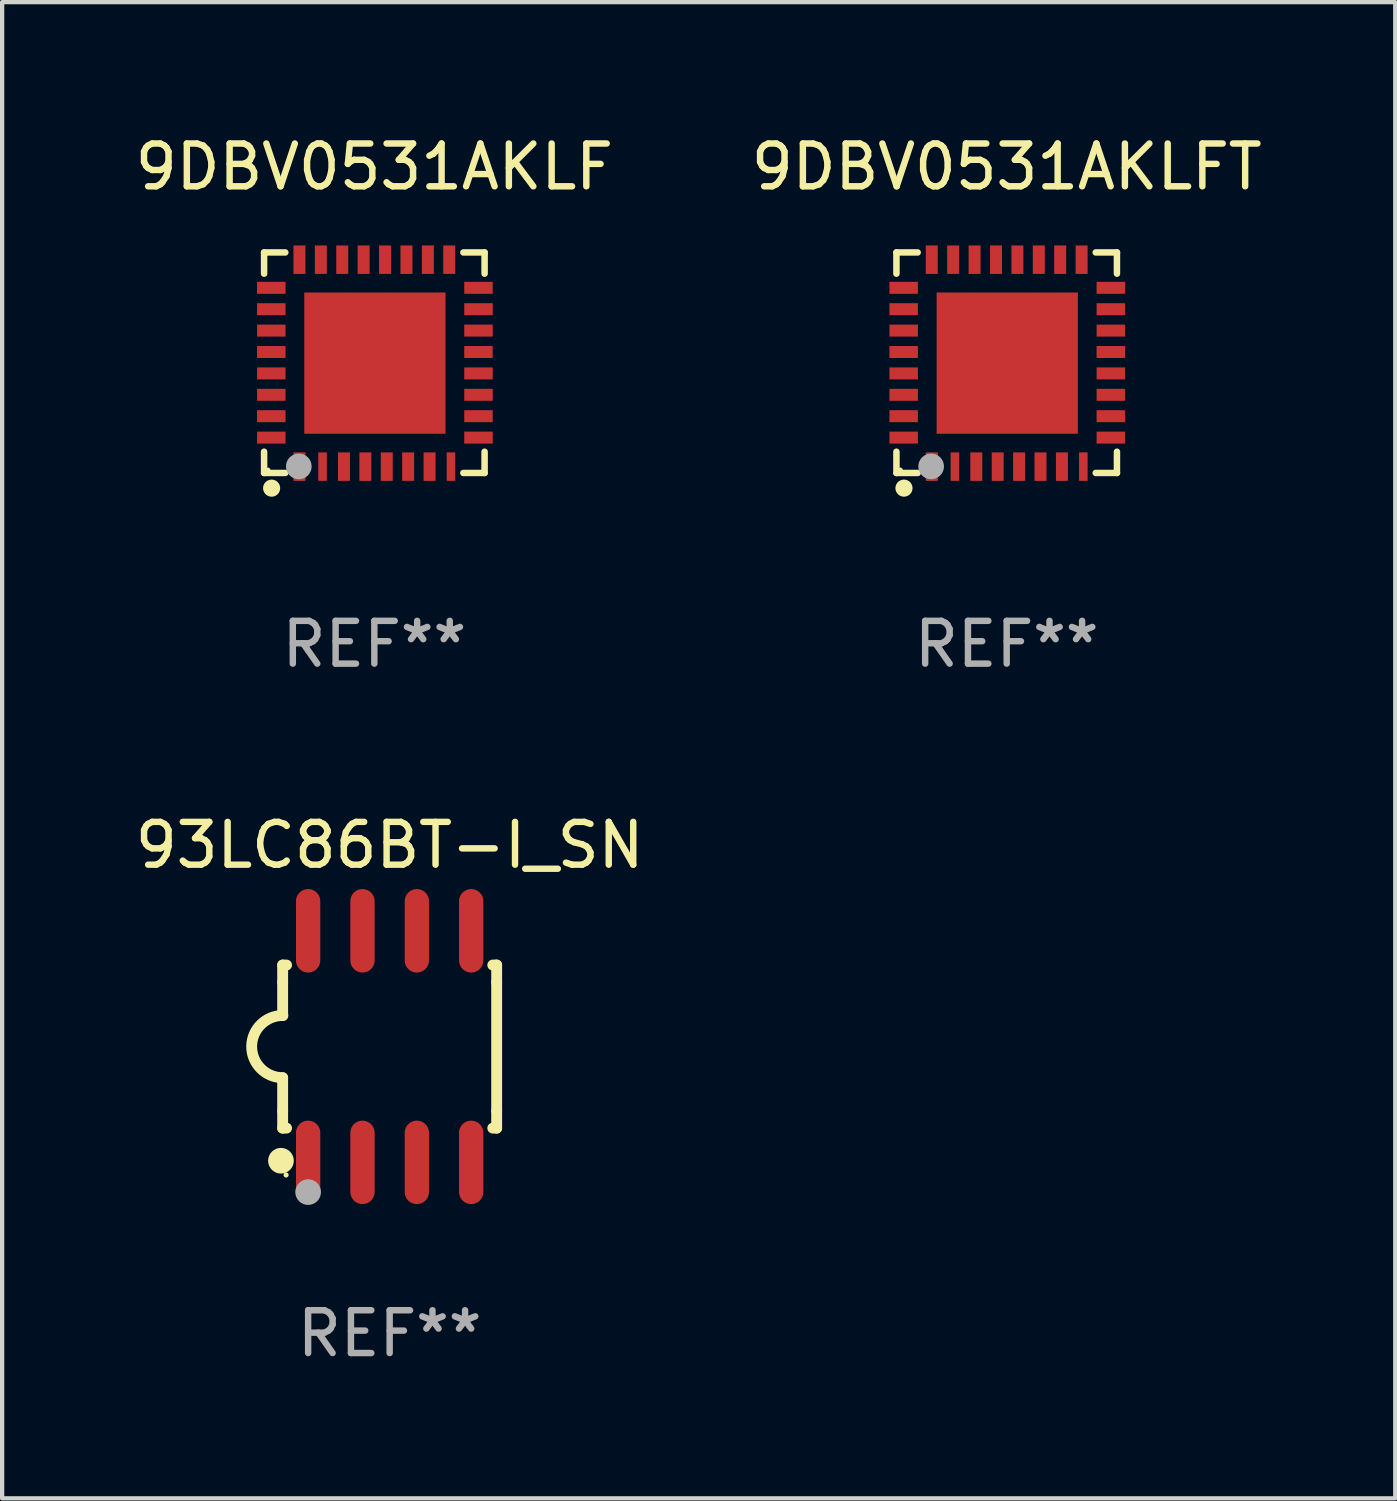
<source format=kicad_pcb>
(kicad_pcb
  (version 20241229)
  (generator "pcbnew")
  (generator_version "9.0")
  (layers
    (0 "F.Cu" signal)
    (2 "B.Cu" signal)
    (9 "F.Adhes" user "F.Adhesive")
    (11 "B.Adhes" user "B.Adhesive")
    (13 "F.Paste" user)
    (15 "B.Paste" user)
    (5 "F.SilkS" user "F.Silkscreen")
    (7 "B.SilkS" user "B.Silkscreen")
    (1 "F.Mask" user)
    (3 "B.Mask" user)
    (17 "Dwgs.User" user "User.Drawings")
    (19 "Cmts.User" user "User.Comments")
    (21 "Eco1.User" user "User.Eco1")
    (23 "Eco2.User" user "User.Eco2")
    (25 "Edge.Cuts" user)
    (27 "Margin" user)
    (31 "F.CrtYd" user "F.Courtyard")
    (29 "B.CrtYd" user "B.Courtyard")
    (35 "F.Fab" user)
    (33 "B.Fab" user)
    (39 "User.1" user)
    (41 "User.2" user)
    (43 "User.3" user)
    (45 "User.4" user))
  (footprint "9DBV0531AKLFT"
    (layer "F.Cu")
    (at 20.47 5.424)
    (property "Reference" "9DBV0531AKLFT" (at 0 -4.576 0) (layer "F.SilkS") (effects (font (size 1 1) (thickness 0.15))))
    (attr through_hole)
    (fp_line (start -2.576 -2.576) (end -2.576 -2.08) (stroke (width 0.152) (type solid)) (layer "F.SilkS"))
    (fp_line (start -2.576 2.576) (end -2.576 2.08) (stroke (width 0.152) (type solid)) (layer "F.SilkS"))
    (fp_line (start -2.08 -2.576) (end -2.576 -2.576) (stroke (width 0.152) (type solid)) (layer "F.SilkS"))
    (fp_line (start -2.08 2.576) (end -2.576 2.576) (stroke (width 0.152) (type solid)) (layer "F.SilkS"))
    (fp_line (start 2.08 -2.576) (end 2.576 -2.576) (stroke (width 0.152) (type solid)) (layer "F.SilkS"))
    (fp_line (start 2.08 2.576) (end 2.576 2.576) (stroke (width 0.152) (type solid)) (layer "F.SilkS"))
    (fp_line (start 2.576 -2.576) (end 2.576 -2.08) (stroke (width 0.152) (type solid)) (layer "F.SilkS"))
    (fp_line (start 2.576 2.576) (end 2.576 2.08) (stroke (width 0.152) (type solid)) (layer "F.SilkS"))
    (fp_circle (center -2.487 2.51) (end -2.457 2.51) (stroke (width 0.06) (type solid)) (fill no) (layer "F.SilkS"))
    (fp_circle (center -2.4 2.931) (end -2.3 2.931) (stroke (width 0.2) (type solid)) (fill no) (layer "F.SilkS"))
    (fp_circle (center -1.765 2.423) (end -1.615 2.423) (stroke (width 0.3) (type solid)) (fill no) (layer "F.Fab"))
    (fp_text user "REF**" (at 0 6.576 0) (layer "F.Fab") (effects (font (size 1 1) (thickness 0.15))))
    (pad "1" smd rect (at -1.75 2.428) (size 0.28 0.665) (layers "F.Cu" "F.Mask" "F.Paste"))
    (pad "2" smd rect (at -1.21 2.428) (size 0.2 0.665) (layers "F.Cu" "F.Mask" "F.Paste"))
    (pad "3" smd rect (at -0.71 2.428) (size 0.28 0.665) (layers "F.Cu" "F.Mask" "F.Paste"))
    (pad "4" smd rect (at -0.21 2.428) (size 0.28 0.665) (layers "F.Cu" "F.Mask" "F.Paste"))
    (pad "5" smd rect (at 0.29 2.428) (size 0.28 0.665) (layers "F.Cu" "F.Mask" "F.Paste"))
    (pad "6" smd rect (at 0.79 2.428) (size 0.28 0.665) (layers "F.Cu" "F.Mask" "F.Paste"))
    (pad "7" smd rect (at 1.29 2.428) (size 0.28 0.665) (layers "F.Cu" "F.Mask" "F.Paste"))
    (pad "8" smd rect (at 1.79 2.428) (size 0.2 0.665) (layers "F.Cu" "F.Mask" "F.Paste"))
    (pad "9" smd rect (at 2.433 1.75) (size 0.665 0.28) (layers "F.Cu" "F.Mask" "F.Paste"))
    (pad "10" smd rect (at 2.433 1.25) (size 0.665 0.28) (layers "F.Cu" "F.Mask" "F.Paste"))
    (pad "11" smd rect (at 2.433 0.75) (size 0.665 0.28) (layers "F.Cu" "F.Mask" "F.Paste"))
    (pad "12" smd rect (at 2.433 0.25) (size 0.665 0.28) (layers "F.Cu" "F.Mask" "F.Paste"))
    (pad "13" smd rect (at 2.433 -0.25) (size 0.665 0.28) (layers "F.Cu" "F.Mask" "F.Paste"))
    (pad "14" smd rect (at 2.433 -0.75) (size 0.665 0.28) (layers "F.Cu" "F.Mask" "F.Paste"))
    (pad "15" smd rect (at 2.433 -1.25) (size 0.665 0.28) (layers "F.Cu" "F.Mask" "F.Paste"))
    (pad "16" smd rect (at 2.433 -1.75) (size 0.665 0.28) (layers "F.Cu" "F.Mask" "F.Paste"))
    (pad "17" smd rect (at 1.75 -2.407) (size 0.28 0.665) (layers "F.Cu" "F.Mask" "F.Paste"))
    (pad "18" smd rect (at 1.25 -2.407) (size 0.28 0.665) (layers "F.Cu" "F.Mask" "F.Paste"))
    (pad "19" smd rect (at 0.75 -2.407) (size 0.28 0.665) (layers "F.Cu" "F.Mask" "F.Paste"))
    (pad "20" smd rect (at 0.25 -2.407) (size 0.28 0.665) (layers "F.Cu" "F.Mask" "F.Paste"))
    (pad "21" smd rect (at -0.25 -2.407) (size 0.28 0.665) (layers "F.Cu" "F.Mask" "F.Paste"))
    (pad "22" smd rect (at -0.75 -2.407) (size 0.28 0.665) (layers "F.Cu" "F.Mask" "F.Paste"))
    (pad "23" smd rect (at -1.25 -2.407) (size 0.28 0.665) (layers "F.Cu" "F.Mask" "F.Paste"))
    (pad "24" smd rect (at -1.75 -2.407) (size 0.28 0.665) (layers "F.Cu" "F.Mask" "F.Paste"))
    (pad "25" smd rect (at -2.407 -1.75) (size 0.665 0.28) (layers "F.Cu" "F.Mask" "F.Paste"))
    (pad "26" smd rect (at -2.407 -1.25) (size 0.665 0.28) (layers "F.Cu" "F.Mask" "F.Paste"))
    (pad "27" smd rect (at -2.407 -0.75) (size 0.665 0.28) (layers "F.Cu" "F.Mask" "F.Paste"))
    (pad "28" smd rect (at -2.407 -0.25) (size 0.665 0.28) (layers "F.Cu" "F.Mask" "F.Paste"))
    (pad "29" smd rect (at -2.407 0.25) (size 0.665 0.28) (layers "F.Cu" "F.Mask" "F.Paste"))
    (pad "30" smd rect (at -2.407 0.75) (size 0.665 0.28) (layers "F.Cu" "F.Mask" "F.Paste"))
    (pad "31" smd rect (at -2.407 1.25) (size 0.665 0.28) (layers "F.Cu" "F.Mask" "F.Paste"))
    (pad "32" smd rect (at -2.407 1.75) (size 0.665 0.28) (layers "F.Cu" "F.Mask" "F.Paste"))
    (pad "33" smd rect (at 0.013 0.01) (size 3.3 3.3) (layers "F.Cu" "F.Mask" "F.Paste")))
  (footprint "93LC86BT-I_SN"
    (layer "F.Cu")
    (at 6.054 21.402)
    (property "Reference" "93LC86BT-I_SN" (at 0 -4.705 0) (layer "F.SilkS") (effects (font (size 1 1) (thickness 0.15))))
    (attr through_hole)
    (fp_line (start -2.5 -1.905) (end -2.409 -1.905) (stroke (width 0.254) (type solid)) (layer "F.SilkS"))
    (fp_line (start -2.5 -1.5) (end -2.5 -1.905) (stroke (width 0.254) (type solid)) (layer "F.SilkS"))
    (fp_line (start -2.5 -1.5) (end -2.5 -0.726) (stroke (width 0.254) (type solid)) (layer "F.SilkS"))
    (fp_line (start -2.5 1.5) (end -2.5 0.727) (stroke (width 0.254) (type solid)) (layer "F.SilkS"))
    (fp_line (start -2.5 1.5) (end -2.5 1.905) (stroke (width 0.254) (type solid)) (layer "F.SilkS"))
    (fp_line (start -2.5 1.905) (end -2.409 1.905) (stroke (width 0.254) (type solid)) (layer "F.SilkS"))
    (fp_line (start 2.5 -1.905) (end 2.409 -1.905) (stroke (width 0.254) (type solid)) (layer "F.SilkS"))
    (fp_line (start 2.5 -1.5) (end 2.5 -1.905) (stroke (width 0.254) (type solid)) (layer "F.SilkS"))
    (fp_line (start 2.5 -1.5) (end 2.5 1.5) (stroke (width 0.254) (type solid)) (layer "F.SilkS"))
    (fp_line (start 2.5 1.5) (end 2.5 1.905) (stroke (width 0.254) (type solid)) (layer "F.SilkS"))
    (fp_line (start 2.5 1.905) (end 2.409 1.905) (stroke (width 0.254) (type solid)) (layer "F.SilkS"))
    (fp_arc (start -2.5 0.726568) (mid -3.220316 -0.0023) (end -2.495097 -0.726289) (stroke (width 0.254001) (type solid)) (layer "F.SilkS"))
    (fp_circle (center -2.54 2.667) (end -2.39 2.667) (stroke (width 0.3) (type solid)) (fill no) (layer "F.SilkS"))
    (fp_circle (center -2.42 3) (end -2.39 3) (stroke (width 0.06) (type solid)) (fill no) (layer "F.SilkS"))
    (fp_circle (center -1.905 3.4) (end -1.755 3.4) (stroke (width 0.3) (type solid)) (fill no) (layer "F.Fab"))
    (fp_text user "REF**" (at 0 6.705 0) (layer "F.Fab") (effects (font (size 1 1) (thickness 0.15))))
    (pad "1" smd oval (at -1.905 2.705) (size 0.568 1.95) (layers "F.Cu" "F.Mask" "F.Paste"))
    (pad "2" smd oval (at -0.635 2.705) (size 0.568 1.95) (layers "F.Cu" "F.Mask" "F.Paste"))
    (pad "3" smd oval (at 0.635 2.705) (size 0.568 1.95) (layers "F.Cu" "F.Mask" "F.Paste"))
    (pad "4" smd oval (at 1.905 2.705) (size 0.568 1.95) (layers "F.Cu" "F.Mask" "F.Paste"))
    (pad "5" smd oval (at 1.905 -2.705) (size 0.568 1.95) (layers "F.Cu" "F.Mask" "F.Paste"))
    (pad "6" smd oval (at 0.635 -2.705) (size 0.568 1.95) (layers "F.Cu" "F.Mask" "F.Paste"))
    (pad "7" smd oval (at -0.635 -2.705) (size 0.568 1.95) (layers "F.Cu" "F.Mask" "F.Paste"))
    (pad "8" smd oval (at -1.905 -2.705) (size 0.568 1.95) (layers "F.Cu" "F.Mask" "F.Paste")))
  (footprint "9DBV0531AKLF"
    (layer "F.Cu")
    (at 5.696 5.424)
    (property "Reference" "9DBV0531AKLF" (at 0 -4.576 0) (layer "F.SilkS") (effects (font (size 1 1) (thickness 0.15))))
    (attr through_hole)
    (fp_line (start -2.576 -2.576) (end -2.576 -2.08) (stroke (width 0.152) (type solid)) (layer "F.SilkS"))
    (fp_line (start -2.576 2.576) (end -2.576 2.08) (stroke (width 0.152) (type solid)) (layer "F.SilkS"))
    (fp_line (start -2.08 -2.576) (end -2.576 -2.576) (stroke (width 0.152) (type solid)) (layer "F.SilkS"))
    (fp_line (start -2.08 2.576) (end -2.576 2.576) (stroke (width 0.152) (type solid)) (layer "F.SilkS"))
    (fp_line (start 2.08 -2.576) (end 2.576 -2.576) (stroke (width 0.152) (type solid)) (layer "F.SilkS"))
    (fp_line (start 2.08 2.576) (end 2.576 2.576) (stroke (width 0.152) (type solid)) (layer "F.SilkS"))
    (fp_line (start 2.576 -2.576) (end 2.576 -2.08) (stroke (width 0.152) (type solid)) (layer "F.SilkS"))
    (fp_line (start 2.576 2.576) (end 2.576 2.08) (stroke (width 0.152) (type solid)) (layer "F.SilkS"))
    (fp_circle (center -2.487 2.51) (end -2.457 2.51) (stroke (width 0.06) (type solid)) (fill no) (layer "F.SilkS"))
    (fp_circle (center -2.4 2.931) (end -2.3 2.931) (stroke (width 0.2) (type solid)) (fill no) (layer "F.SilkS"))
    (fp_circle (center -1.765 2.423) (end -1.615 2.423) (stroke (width 0.3) (type solid)) (fill no) (layer "F.Fab"))
    (fp_text user "REF**" (at 0 6.576 0) (layer "F.Fab") (effects (font (size 1 1) (thickness 0.15))))
    (pad "1" smd rect (at -1.75 2.428) (size 0.28 0.665) (layers "F.Cu" "F.Mask" "F.Paste"))
    (pad "2" smd rect (at -1.21 2.428) (size 0.2 0.665) (layers "F.Cu" "F.Mask" "F.Paste"))
    (pad "3" smd rect (at -0.71 2.428) (size 0.28 0.665) (layers "F.Cu" "F.Mask" "F.Paste"))
    (pad "4" smd rect (at -0.21 2.428) (size 0.28 0.665) (layers "F.Cu" "F.Mask" "F.Paste"))
    (pad "5" smd rect (at 0.29 2.428) (size 0.28 0.665) (layers "F.Cu" "F.Mask" "F.Paste"))
    (pad "6" smd rect (at 0.79 2.428) (size 0.28 0.665) (layers "F.Cu" "F.Mask" "F.Paste"))
    (pad "7" smd rect (at 1.29 2.428) (size 0.28 0.665) (layers "F.Cu" "F.Mask" "F.Paste"))
    (pad "8" smd rect (at 1.79 2.428) (size 0.2 0.665) (layers "F.Cu" "F.Mask" "F.Paste"))
    (pad "9" smd rect (at 2.433 1.75) (size 0.665 0.28) (layers "F.Cu" "F.Mask" "F.Paste"))
    (pad "10" smd rect (at 2.433 1.25) (size 0.665 0.28) (layers "F.Cu" "F.Mask" "F.Paste"))
    (pad "11" smd rect (at 2.433 0.75) (size 0.665 0.28) (layers "F.Cu" "F.Mask" "F.Paste"))
    (pad "12" smd rect (at 2.433 0.25) (size 0.665 0.28) (layers "F.Cu" "F.Mask" "F.Paste"))
    (pad "13" smd rect (at 2.433 -0.25) (size 0.665 0.28) (layers "F.Cu" "F.Mask" "F.Paste"))
    (pad "14" smd rect (at 2.433 -0.75) (size 0.665 0.28) (layers "F.Cu" "F.Mask" "F.Paste"))
    (pad "15" smd rect (at 2.433 -1.25) (size 0.665 0.28) (layers "F.Cu" "F.Mask" "F.Paste"))
    (pad "16" smd rect (at 2.433 -1.75) (size 0.665 0.28) (layers "F.Cu" "F.Mask" "F.Paste"))
    (pad "17" smd rect (at 1.75 -2.407) (size 0.28 0.665) (layers "F.Cu" "F.Mask" "F.Paste"))
    (pad "18" smd rect (at 1.25 -2.407) (size 0.28 0.665) (layers "F.Cu" "F.Mask" "F.Paste"))
    (pad "19" smd rect (at 0.75 -2.407) (size 0.28 0.665) (layers "F.Cu" "F.Mask" "F.Paste"))
    (pad "20" smd rect (at 0.25 -2.407) (size 0.28 0.665) (layers "F.Cu" "F.Mask" "F.Paste"))
    (pad "21" smd rect (at -0.25 -2.407) (size 0.28 0.665) (layers "F.Cu" "F.Mask" "F.Paste"))
    (pad "22" smd rect (at -0.75 -2.407) (size 0.28 0.665) (layers "F.Cu" "F.Mask" "F.Paste"))
    (pad "23" smd rect (at -1.25 -2.407) (size 0.28 0.665) (layers "F.Cu" "F.Mask" "F.Paste"))
    (pad "24" smd rect (at -1.75 -2.407) (size 0.28 0.665) (layers "F.Cu" "F.Mask" "F.Paste"))
    (pad "25" smd rect (at -2.407 -1.75) (size 0.665 0.28) (layers "F.Cu" "F.Mask" "F.Paste"))
    (pad "26" smd rect (at -2.407 -1.25) (size 0.665 0.28) (layers "F.Cu" "F.Mask" "F.Paste"))
    (pad "27" smd rect (at -2.407 -0.75) (size 0.665 0.28) (layers "F.Cu" "F.Mask" "F.Paste"))
    (pad "28" smd rect (at -2.407 -0.25) (size 0.665 0.28) (layers "F.Cu" "F.Mask" "F.Paste"))
    (pad "29" smd rect (at -2.407 0.25) (size 0.665 0.28) (layers "F.Cu" "F.Mask" "F.Paste"))
    (pad "30" smd rect (at -2.407 0.75) (size 0.665 0.28) (layers "F.Cu" "F.Mask" "F.Paste"))
    (pad "31" smd rect (at -2.407 1.25) (size 0.665 0.28) (layers "F.Cu" "F.Mask" "F.Paste"))
    (pad "32" smd rect (at -2.407 1.75) (size 0.665 0.28) (layers "F.Cu" "F.Mask" "F.Paste"))
    (pad "33" smd rect (at 0.013 0.01) (size 3.3 3.3) (layers "F.Cu" "F.Mask" "F.Paste")))
  (gr_rect
    (start -3 -3)
    (end 29.548 31.956)
    (stroke (width 0.1) (type default))
    (fill no)
    (layer "Edge.Cuts")))
</source>
